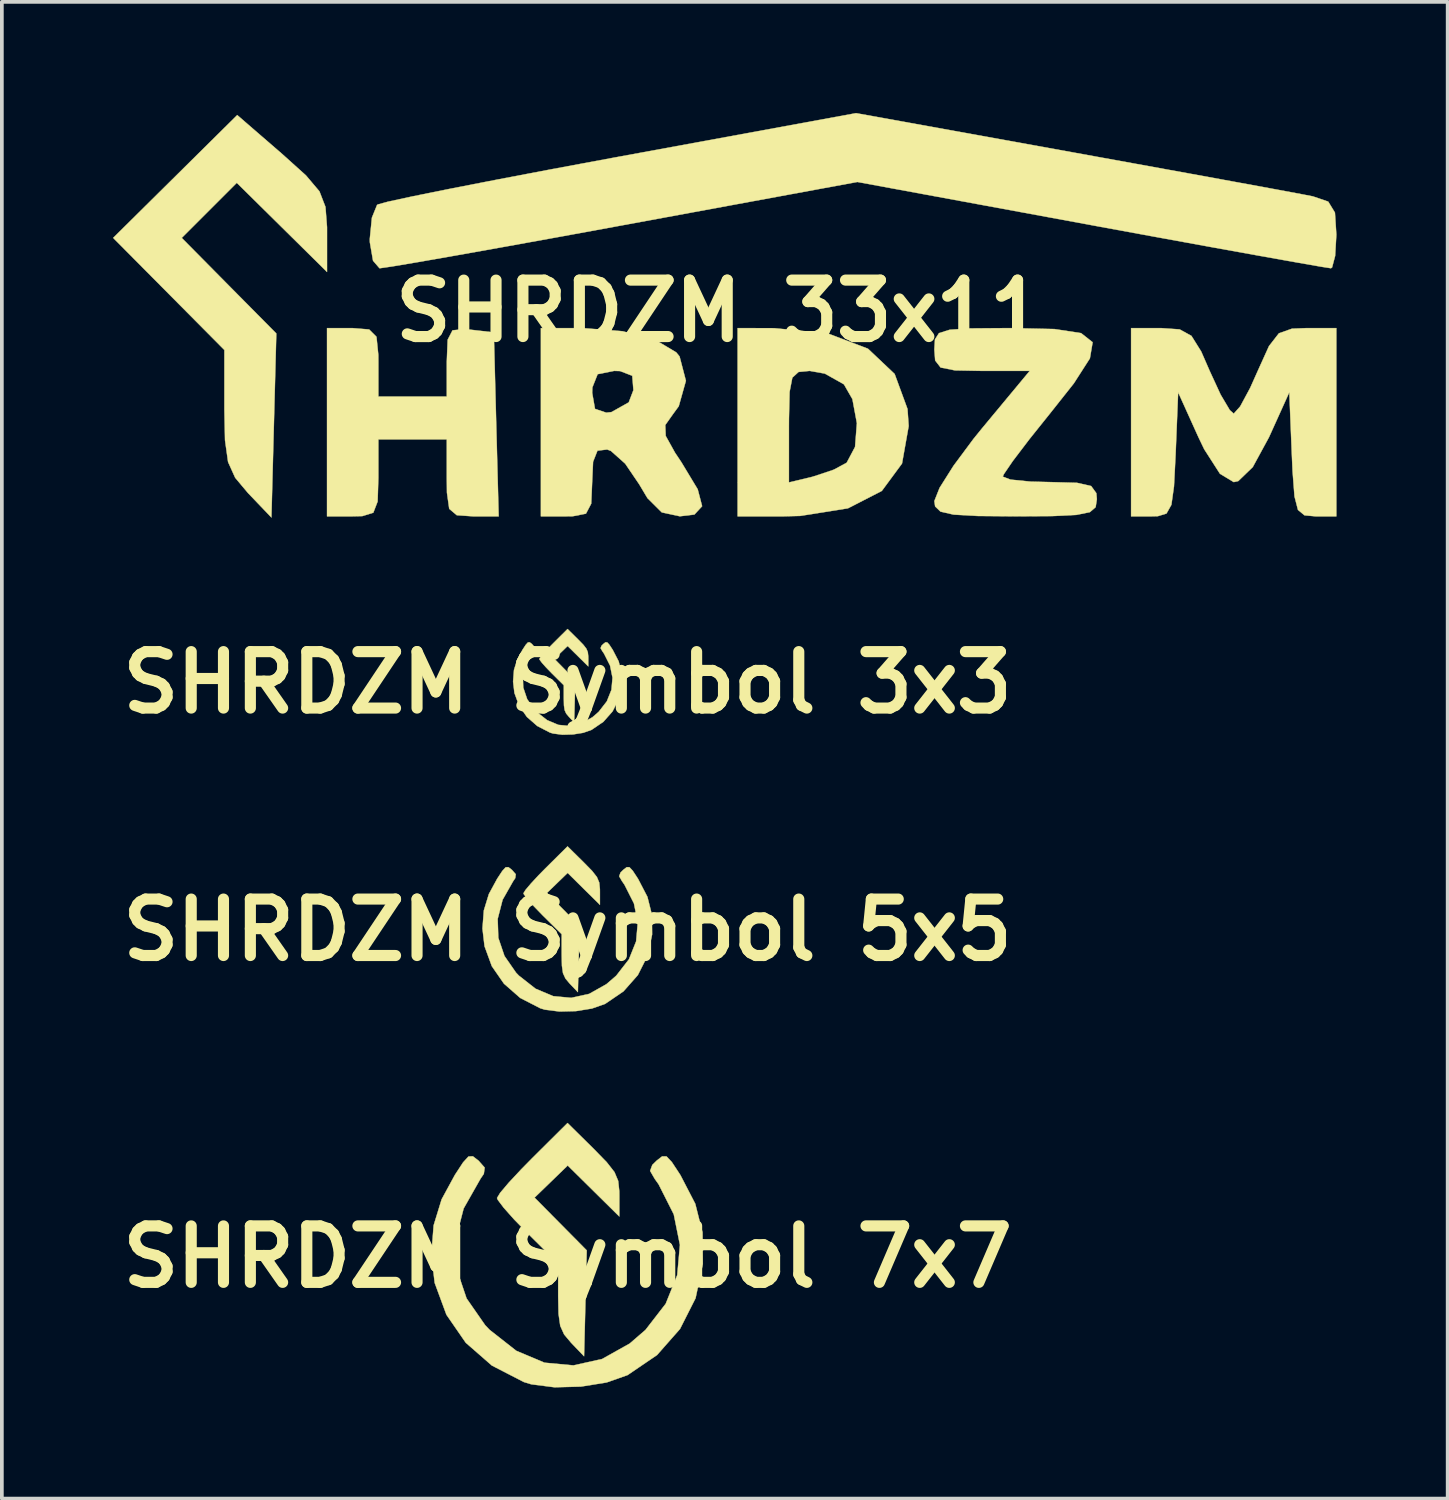
<source format=kicad_pcb>
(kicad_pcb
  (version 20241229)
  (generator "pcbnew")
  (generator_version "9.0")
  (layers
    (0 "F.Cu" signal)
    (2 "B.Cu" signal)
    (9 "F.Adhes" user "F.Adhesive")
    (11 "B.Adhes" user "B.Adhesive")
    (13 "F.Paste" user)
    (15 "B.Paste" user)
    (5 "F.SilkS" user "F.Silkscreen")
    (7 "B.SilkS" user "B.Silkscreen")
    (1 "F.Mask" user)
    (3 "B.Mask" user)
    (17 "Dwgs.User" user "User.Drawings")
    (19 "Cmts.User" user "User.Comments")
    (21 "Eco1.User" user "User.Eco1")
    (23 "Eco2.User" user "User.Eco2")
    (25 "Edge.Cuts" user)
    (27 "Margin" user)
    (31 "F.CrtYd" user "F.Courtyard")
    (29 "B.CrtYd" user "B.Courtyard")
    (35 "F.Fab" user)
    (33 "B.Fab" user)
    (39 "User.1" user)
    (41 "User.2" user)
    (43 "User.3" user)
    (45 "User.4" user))
  (footprint "SHRDZM Symbol 5x5"
    (layer "F.Cu")
    (at 12.272 22.055)
    (property "Reference" "SHRDZM Symbol 5x5" (at 0 0 0) (layer "F.SilkS") (effects (font (size 1.524 1.524) (thickness 0.3))))
    (attr through_hole)
    (fp_poly (pts (xy 0.436 -1.826) (xy 0.66 -1.597) (xy 0.791 -1.43) (xy 0.854 -1.281) (xy 0.872 -1.105) (xy 0.873 -1.037) (xy 0.873 -0.68) (xy 0.437 -1.11) (xy 0.002 -1.541) (xy -0.278 -1.27) (xy -0.558 -0.999) (xy 0.323 -0.109) (xy 0.3 0.784) (xy 0.278 1.678) (xy 0.06 1.45) (xy -0.058 1.31) (xy -0.124 1.165) (xy -0.153 0.963) (xy -0.159 0.668) (xy -0.159 0.114) (xy -0.675 -0.397) (xy -0.902 -0.631) (xy -1.078 -0.829) (xy -1.178 -0.96) (xy -1.191 -0.992) (xy -1.137 -1.079) (xy -0.993 -1.25) (xy -0.783 -1.477) (xy -0.596 -1.667) (xy -0.001 -2.257) (xy 0.436 -1.826)) (stroke (width 0.01) (type solid)) (fill yes) (layer "F.SilkS"))
    (fp_poly (pts (xy -1.507 -1.626) (xy -1.503 -1.623) (xy -1.399 -1.505) (xy -1.413 -1.4) (xy -1.47 -1.316) (xy -1.754 -0.816) (xy -1.887 -0.3) (xy -1.87 0.212) (xy -1.704 0.702) (xy -1.391 1.153) (xy -1.314 1.233) (xy -0.864 1.586) (xy -0.389 1.786) (xy 0.098 1.832) (xy 0.582 1.725) (xy 1.048 1.463) (xy 1.314 1.233) (xy 1.656 0.792) (xy 1.85 0.308) (xy 1.895 -0.201) (xy 1.791 -0.717) (xy 1.536 -1.222) (xy 1.47 -1.316) (xy 1.393 -1.45) (xy 1.429 -1.55) (xy 1.503 -1.623) (xy 1.596 -1.695) (xy 1.67 -1.694) (xy 1.759 -1.599) (xy 1.896 -1.39) (xy 1.903 -1.379) (xy 2.155 -0.894) (xy 2.276 -0.413) (xy 2.282 0.121) (xy 2.159 0.698) (xy 1.897 1.217) (xy 1.509 1.657) (xy 1.011 1.996) (xy 1.01 1.996) (xy 0.658 2.12) (xy 0.226 2.19) (xy -0.219 2.201) (xy -0.613 2.151) (xy -0.738 2.113) (xy -1.278 1.835) (xy -1.718 1.449) (xy -2.045 0.977) (xy -2.242 0.439) (xy -2.298 -0.04) (xy -2.26 -0.53) (xy -2.125 -0.97) (xy -1.902 -1.381) (xy -1.762 -1.594) (xy -1.672 -1.692) (xy -1.598 -1.696) (xy -1.507 -1.626)) (stroke (width 0.01) (type solid)) (fill yes) (layer "F.SilkS")))
  (footprint "SHRDZM Symbol 7x7"
    (layer "F.Cu")
    (at 12.272 30.878)
    (property "Reference" "SHRDZM Symbol 7x7" (at 0 0 0) (layer "F.SilkS") (effects (font (size 1.524 1.524) (thickness 0.3))))
    (attr through_hole)
    (fp_poly (pts (xy 0.698 -2.922) (xy 1.056 -2.555) (xy 1.266 -2.287) (xy 1.366 -2.049) (xy 1.396 -1.769) (xy 1.397 -1.66) (xy 1.397 -1.088) (xy 0.7 -1.777) (xy 0.003 -2.465) (xy -0.892 -1.598) (xy 0.517 -0.174) (xy 0.481 1.255) (xy 0.445 2.685) (xy 0.095 2.32) (xy -0.093 2.096) (xy -0.198 1.864) (xy -0.244 1.541) (xy -0.254 1.069) (xy -0.254 0.183) (xy -1.079 -0.635) (xy -1.443 -1.009) (xy -1.725 -1.326) (xy -1.884 -1.537) (xy -1.905 -1.587) (xy -1.82 -1.727) (xy -1.59 -2) (xy -1.252 -2.362) (xy -0.953 -2.666) (xy -0.001 -3.612) (xy 0.698 -2.922)) (stroke (width 0.01) (type solid)) (fill yes) (layer "F.SilkS"))
    (fp_poly (pts (xy -2.411 -2.601) (xy -2.405 -2.597) (xy -2.238 -2.408) (xy -2.261 -2.24) (xy -2.352 -2.106) (xy -2.806 -1.305) (xy -3.019 -0.481) (xy -2.992 0.339) (xy -2.727 1.123) (xy -2.226 1.844) (xy -2.103 1.973) (xy -1.383 2.538) (xy -0.623 2.858) (xy 0.156 2.931) (xy 0.93 2.759) (xy 1.677 2.341) (xy 2.103 1.973) (xy 2.649 1.267) (xy 2.96 0.493) (xy 3.033 -0.322) (xy 2.866 -1.148) (xy 2.458 -1.956) (xy 2.352 -2.106) (xy 2.228 -2.32) (xy 2.287 -2.481) (xy 2.405 -2.597) (xy 2.553 -2.712) (xy 2.671 -2.71) (xy 2.814 -2.558) (xy 3.034 -2.224) (xy 3.045 -2.207) (xy 3.447 -1.431) (xy 3.641 -0.661) (xy 3.651 0.194) (xy 3.455 1.117) (xy 3.035 1.947) (xy 2.415 2.651) (xy 1.617 3.194) (xy 1.616 3.194) (xy 1.053 3.392) (xy 0.362 3.503) (xy -0.35 3.522) (xy -0.98 3.441) (xy -1.181 3.38) (xy -2.044 2.935) (xy -2.749 2.319) (xy -3.271 1.563) (xy -3.588 0.703) (xy -3.677 -0.064) (xy -3.616 -0.849) (xy -3.4 -1.552) (xy -3.043 -2.209) (xy -2.82 -2.55) (xy -2.675 -2.708) (xy -2.557 -2.714) (xy -2.411 -2.601)) (stroke (width 0.01) (type solid)) (fill yes) (layer "F.SilkS")))
  (footprint "SHRDZM 33x11"
    (layer "F.Cu")
    (at 16.4 5.346)
    (property "Reference" "SHRDZM 33x11" (at 0 0 0) (layer "F.SilkS") (effects (font (size 1.524 1.524) (thickness 0.3))))
    (attr through_hole)
    (fp_poly (pts (xy -11.834 -4.24) (xy -11.19 -3.66) (xy -10.826 -3.229) (xy -10.664 -2.81) (xy -10.622 -2.263) (xy -10.622 -2.123) (xy -10.622 -1.055) (xy -11.84 -2.258) (xy -13.058 -3.461) (xy -13.802 -2.717) (xy -14.545 -1.974) (xy -13.268 -0.683) (xy -11.991 0.607) (xy -12.057 3.091) (xy -12.123 5.574) (xy -12.758 4.91) (xy -13.101 4.501) (xy -13.293 4.076) (xy -13.376 3.485) (xy -13.393 2.649) (xy -13.393 1.051) (xy -14.894 -0.462) (xy -16.395 -1.974) (xy -13.046 -5.289) (xy -11.834 -4.24)) (stroke (width 0.01) (type solid)) (fill yes) (layer "F.SilkS"))
    (fp_poly (pts (xy -9.485 0.498) (xy -9.287 0.696) (xy -9.237 1.187) (xy -9.236 1.385) (xy -9.236 2.309) (xy -7.389 2.309) (xy -7.389 1.37) (xy -7.365 0.775) (xy -7.234 0.521) (xy -6.907 0.489) (xy -6.754 0.504) (xy -6.119 0.577) (xy -6.054 3.06) (xy -5.988 5.542) (xy -6.689 5.542) (xy -7.119 5.512) (xy -7.323 5.34) (xy -7.385 4.9) (xy -7.389 4.503) (xy -7.389 3.464) (xy -9.236 3.464) (xy -9.236 4.503) (xy -9.256 5.142) (xy -9.372 5.444) (xy -9.668 5.536) (xy -9.929 5.542) (xy -10.622 5.542) (xy -10.622 0.462) (xy -9.929 0.462) (xy -9.485 0.498)) (stroke (width 0.01) (type solid)) (fill yes) (layer "F.SilkS"))
    (fp_poly (pts (xy 1.443 0.463) (xy 2.892 0.604) (xy 3.98 1.017) (xy 4.701 1.699) (xy 5.048 2.644) (xy 5.08 3.105) (xy 4.9 4.117) (xy 4.355 4.856) (xy 3.44 5.326) (xy 2.151 5.531) (xy 1.717 5.542) (xy 0.462 5.542) (xy 0.462 3.122) (xy 1.847 3.122) (xy 1.847 4.627) (xy 2.482 4.475) (xy 3.058 4.283) (xy 3.406 4.096) (xy 3.632 3.669) (xy 3.682 3.027) (xy 3.561 2.378) (xy 3.332 1.979) (xy 2.816 1.689) (xy 2.408 1.616) (xy 2.107 1.645) (xy 1.939 1.799) (xy 1.865 2.183) (xy 1.848 2.902) (xy 1.847 3.122) (xy 0.462 3.122) (xy 0.462 0.462) (xy 1.443 0.463)) (stroke (width 0.01) (type solid)) (fill yes) (layer "F.SilkS"))
    (fp_poly (pts (xy 12.395 0.496) (xy 12.713 0.671) (xy 12.977 1.094) (xy 13.205 1.616) (xy 13.5 2.256) (xy 13.748 2.675) (xy 13.855 2.771) (xy 14.029 2.576) (xy 14.299 2.075) (xy 14.504 1.616) (xy 14.807 0.946) (xy 15.074 0.602) (xy 15.427 0.477) (xy 15.804 0.462) (xy 16.625 0.462) (xy 16.625 5.542) (xy 16.058 5.542) (xy 15.765 5.515) (xy 15.589 5.369) (xy 15.495 5.005) (xy 15.443 4.324) (xy 15.423 3.868) (xy 15.355 2.194) (xy 14.807 3.406) (xy 14.368 4.213) (xy 13.976 4.591) (xy 13.855 4.618) (xy 13.483 4.393) (xy 13.059 3.733) (xy 12.902 3.406) (xy 12.354 2.194) (xy 12.286 3.868) (xy 12.242 4.731) (xy 12.172 5.231) (xy 12.039 5.467) (xy 11.806 5.538) (xy 11.651 5.542) (xy 11.084 5.542) (xy 11.084 0.462) (xy 11.905 0.462) (xy 12.395 0.496)) (stroke (width 0.01) (type solid)) (fill yes) (layer "F.SilkS"))
    (fp_poly (pts (xy 9.013 0.487) (xy 9.734 0.597) (xy 10.046 0.843) (xy 9.972 1.278) (xy 9.538 1.954) (xy 8.915 2.74) (xy 8.337 3.462) (xy 7.892 4.047) (xy 7.647 4.407) (xy 7.62 4.471) (xy 7.829 4.551) (xy 8.368 4.605) (xy 8.89 4.618) (xy 9.624 4.638) (xy 10.006 4.725) (xy 10.146 4.918) (xy 10.16 5.08) (xy 10.127 5.295) (xy 9.97 5.43) (xy 9.605 5.504) (xy 8.945 5.536) (xy 7.966 5.542) (xy 6.941 5.533) (xy 6.293 5.496) (xy 5.939 5.415) (xy 5.794 5.275) (xy 5.773 5.13) (xy 5.914 4.774) (xy 6.29 4.178) (xy 6.83 3.451) (xy 7.06 3.167) (xy 8.348 1.616) (xy 7.06 1.616) (xy 6.327 1.602) (xy 5.942 1.525) (xy 5.795 1.335) (xy 5.773 1.039) (xy 5.789 0.766) (xy 5.898 0.597) (xy 6.187 0.506) (xy 6.746 0.469) (xy 7.663 0.462) (xy 7.858 0.462) (xy 9.013 0.487)) (stroke (width 0.01) (type solid)) (fill yes) (layer "F.SilkS"))
    (fp_poly (pts (xy 9.508 -4.283) (xy 11.127 -3.989) (xy 12.624 -3.717) (xy 13.931 -3.478) (xy 14.977 -3.286) (xy 15.695 -3.152) (xy 15.99 -3.095) (xy 16.406 -2.953) (xy 16.587 -2.656) (xy 16.625 -2.06) (xy 16.592 -1.488) (xy 16.509 -1.175) (xy 16.478 -1.155) (xy 16.222 -1.195) (xy 15.57 -1.309) (xy 14.583 -1.485) (xy 13.321 -1.713) (xy 11.842 -1.983) (xy 10.206 -2.283) (xy 10.013 -2.319) (xy 3.695 -3.484) (xy -2.624 -2.319) (xy -4.281 -2.015) (xy -5.795 -1.741) (xy -7.104 -1.507) (xy -8.147 -1.324) (xy -8.865 -1.203) (xy -9.195 -1.155) (xy -9.205 -1.155) (xy -9.38 -1.358) (xy -9.466 -1.858) (xy -9.467 -1.949) (xy -9.41 -2.521) (xy -9.272 -2.861) (xy -9.252 -2.876) (xy -8.977 -2.951) (xy -8.308 -3.096) (xy -7.304 -3.299) (xy -6.027 -3.548) (xy -4.535 -3.832) (xy -2.89 -4.138) (xy -2.689 -4.175) (xy 3.66 -5.341) (xy 9.508 -4.283)) (stroke (width 0.01) (type solid)) (fill yes) (layer "F.SilkS"))
    (fp_poly (pts (xy -2.643 0.546) (xy -1.765 0.776) (xy -1.193 1.118) (xy -1.105 1.227) (xy -0.934 1.883) (xy -1.127 2.57) (xy -1.29 2.793) (xy -1.491 3.078) (xy -1.479 3.372) (xy -1.227 3.826) (xy -1.059 4.077) (xy -0.615 4.813) (xy -0.496 5.269) (xy -0.704 5.494) (xy -1.097 5.541) (xy -1.585 5.436) (xy -1.972 5.051) (xy -2.194 4.678) (xy -2.573 4.12) (xy -2.958 3.777) (xy -3.06 3.738) (xy -3.322 3.77) (xy -3.44 4.069) (xy -3.464 4.601) (xy -3.49 5.2) (xy -3.632 5.47) (xy -3.988 5.54) (xy -4.156 5.542) (xy -4.849 5.542) (xy -4.849 2.21) (xy -3.464 2.21) (xy -3.388 2.642) (xy -3.084 2.744) (xy -2.944 2.729) (xy -2.477 2.466) (xy -2.351 2.136) (xy -2.382 1.748) (xy -2.711 1.621) (xy -2.87 1.616) (xy -3.317 1.705) (xy -3.459 2.063) (xy -3.464 2.21) (xy -4.849 2.21) (xy -4.849 0.462) (xy -3.71 0.462) (xy -2.643 0.546)) (stroke (width 0.01) (type solid)) (fill yes) (layer "F.SilkS")))
  (footprint "SHRDZM Symbol 3x3"
    (layer "F.Cu")
    (at 12.272 15.375)
    (property "Reference" "SHRDZM Symbol 3x3" (at 0 0 0) (layer "F.SilkS") (effects (font (size 1.524 1.524) (thickness 0.3))))
    (attr through_hole)
    (fp_poly (pts (xy 0.279 -1.169) (xy 0.423 -1.022) (xy 0.506 -0.915) (xy 0.546 -0.82) (xy 0.558 -0.707) (xy 0.559 -0.664) (xy 0.559 -0.435) (xy 0.28 -0.711) (xy 0.001 -0.986) (xy -0.357 -0.639) (xy -0.075 -0.354) (xy 0.207 -0.07) (xy 0.178 1.074) (xy 0.038 0.928) (xy -0.037 0.838) (xy -0.079 0.745) (xy -0.098 0.616) (xy -0.102 0.428) (xy -0.102 0.073) (xy -0.432 -0.254) (xy -0.577 -0.404) (xy -0.69 -0.53) (xy -0.754 -0.615) (xy -0.762 -0.635) (xy -0.728 -0.691) (xy -0.636 -0.8) (xy -0.501 -0.945) (xy -0.381 -1.067) (xy -0.000469 -1.445) (xy 0.279 -1.169)) (stroke (width 0.01) (type solid)) (fill yes) (layer "F.SilkS"))
    (fp_poly (pts (xy -0.964 -1.041) (xy -0.962 -1.039) (xy -0.895 -0.963) (xy -0.904 -0.896) (xy -0.941 -0.842) (xy -1.122 -0.522) (xy -1.208 -0.192) (xy -1.197 0.135) (xy -1.091 0.449) (xy -0.89 0.738) (xy -0.841 0.789) (xy -0.553 1.015) (xy -0.249 1.143) (xy 0.062 1.173) (xy 0.372 1.104) (xy 0.671 0.937) (xy 0.841 0.789) (xy 1.06 0.507) (xy 1.184 0.197) (xy 1.213 -0.129) (xy 1.146 -0.459) (xy 0.983 -0.782) (xy 0.941 -0.842) (xy 0.891 -0.928) (xy 0.915 -0.992) (xy 0.962 -1.039) (xy 1.021 -1.085) (xy 1.069 -1.084) (xy 1.126 -1.023) (xy 1.214 -0.889) (xy 1.218 -0.883) (xy 1.379 -0.572) (xy 1.456 -0.264) (xy 1.46 0.078) (xy 1.382 0.447) (xy 1.214 0.779) (xy 0.966 1.06) (xy 0.647 1.277) (xy 0.646 1.278) (xy 0.421 1.357) (xy 0.145 1.401) (xy -0.14 1.409) (xy -0.392 1.376) (xy -0.473 1.352) (xy -0.818 1.174) (xy -1.1 0.927) (xy -1.309 0.625) (xy -1.435 0.281) (xy -1.471 -0.025) (xy -1.447 -0.34) (xy -1.36 -0.621) (xy -1.217 -0.884) (xy -1.128 -1.02) (xy -1.07 -1.083) (xy -1.023 -1.086) (xy -0.964 -1.041)) (stroke (width 0.01) (type solid)) (fill yes) (layer "F.SilkS")))
  (gr_rect
    (start -3 -3)
    (end 36.03 37.405)
    (stroke (width 0.1) (type default))
    (fill no)
    (layer "Edge.Cuts")))
</source>
